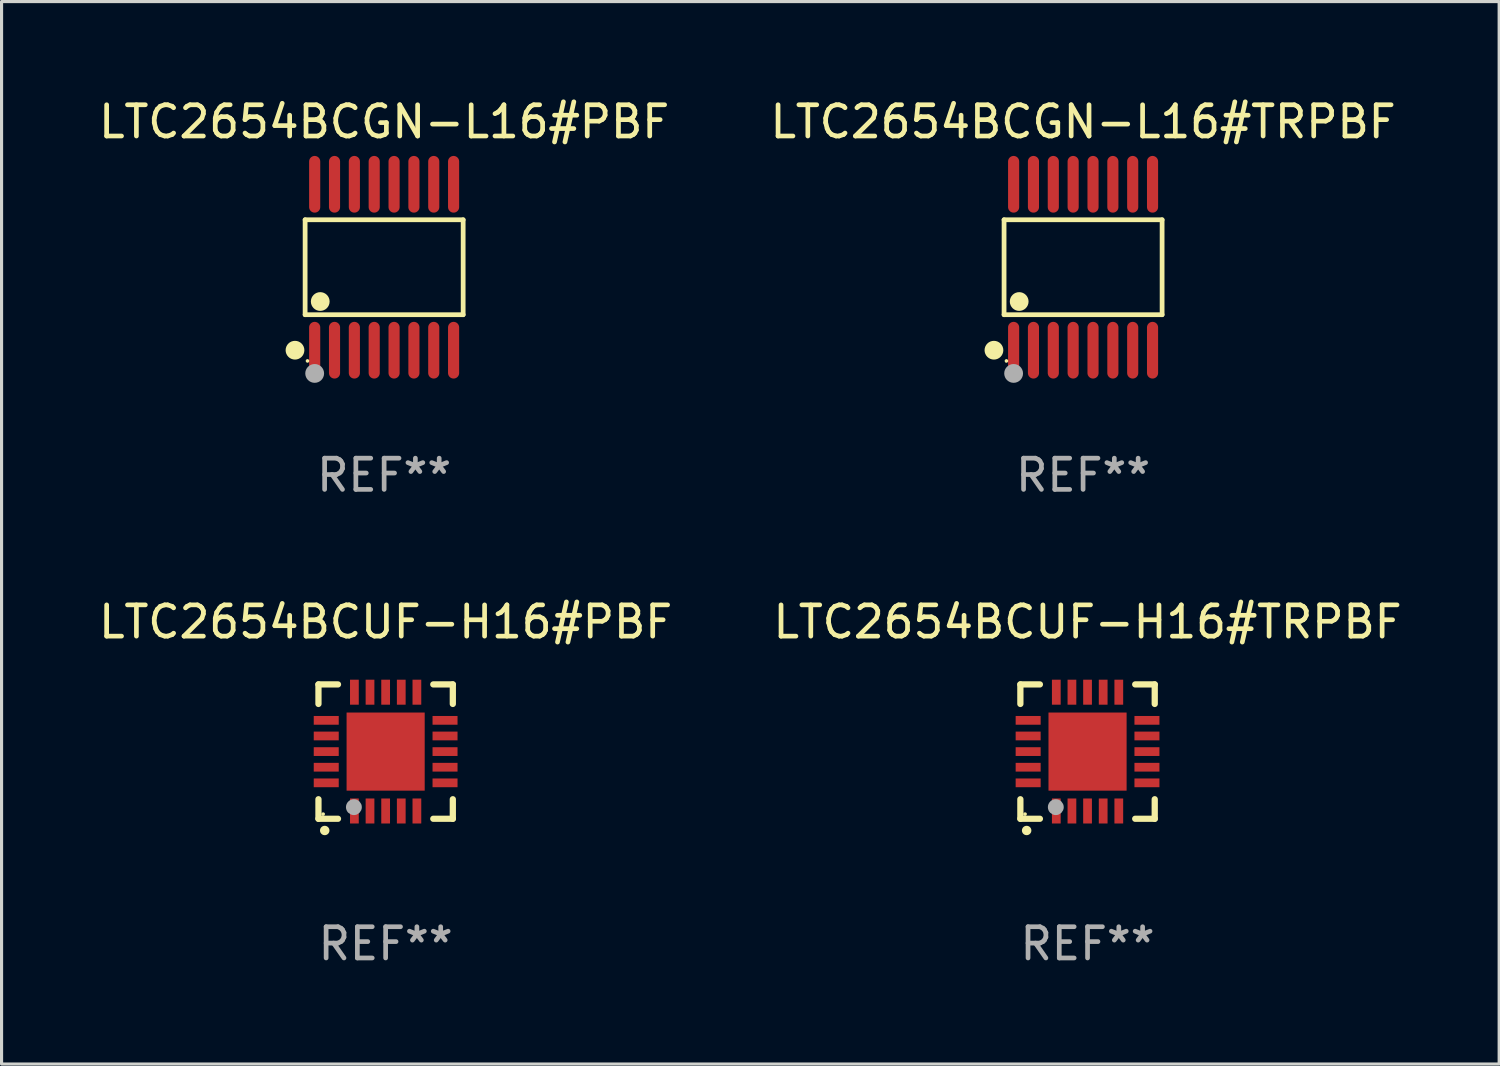
<source format=kicad_pcb>
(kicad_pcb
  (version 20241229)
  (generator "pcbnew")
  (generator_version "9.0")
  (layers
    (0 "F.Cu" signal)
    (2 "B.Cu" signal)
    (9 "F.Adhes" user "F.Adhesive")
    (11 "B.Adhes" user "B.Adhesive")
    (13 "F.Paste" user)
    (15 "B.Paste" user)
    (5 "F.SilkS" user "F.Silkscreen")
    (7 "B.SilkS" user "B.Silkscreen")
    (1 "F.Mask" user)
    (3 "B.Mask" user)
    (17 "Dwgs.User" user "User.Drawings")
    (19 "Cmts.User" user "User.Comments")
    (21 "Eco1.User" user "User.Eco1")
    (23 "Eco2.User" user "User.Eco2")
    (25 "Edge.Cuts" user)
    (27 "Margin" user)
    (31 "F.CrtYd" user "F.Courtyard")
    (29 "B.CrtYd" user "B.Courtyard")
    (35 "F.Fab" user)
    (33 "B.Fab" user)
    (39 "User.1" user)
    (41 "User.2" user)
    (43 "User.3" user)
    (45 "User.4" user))
  (footprint "LTC2654BCGN-L16#TRPBF"
    (layer "F.Cu")
    (at 31.613 5.503)
    (property "Reference" "LTC2654BCGN-L16#TRPBF" (at 0 -4.655 0) (layer "F.SilkS") (effects (font (size 1 1) (thickness 0.15))))
    (attr through_hole)
    (fp_line (start -2.529 -1.519) (end 2.529 -1.519) (stroke (width 0.152) (type solid)) (layer "F.SilkS"))
    (fp_line (start -2.529 1.519) (end -2.529 -1.519) (stroke (width 0.152) (type solid)) (layer "F.SilkS"))
    (fp_line (start 2.529 -1.519) (end 2.529 1.519) (stroke (width 0.152) (type solid)) (layer "F.SilkS"))
    (fp_line (start 2.529 1.519) (end -2.529 1.519) (stroke (width 0.152) (type solid)) (layer "F.SilkS"))
    (fp_circle (center -2.853 2.655) (end -2.703 2.655) (stroke (width 0.3) (type solid)) (fill no) (layer "F.SilkS"))
    (fp_circle (center -2.453 2.998) (end -2.423 2.998) (stroke (width 0.06) (type solid)) (fill no) (layer "F.SilkS"))
    (fp_circle (center -2.045 1.097) (end -1.895 1.097) (stroke (width 0.3) (type solid)) (fill no) (layer "F.SilkS"))
    (fp_circle (center -2.223 3.398) (end -2.072 3.398) (stroke (width 0.3) (type solid)) (fill no) (layer "F.Fab"))
    (fp_text user "REF**" (at 0 6.655 0) (layer "F.Fab") (effects (font (size 1 1) (thickness 0.15))))
    (pad "1" smd oval (at -2.223 2.655) (size 0.356 1.815) (layers "F.Cu" "F.Mask" "F.Paste"))
    (pad "2" smd oval (at -1.588 2.655) (size 0.356 1.815) (layers "F.Cu" "F.Mask" "F.Paste"))
    (pad "3" smd oval (at -0.953 2.655) (size 0.356 1.815) (layers "F.Cu" "F.Mask" "F.Paste"))
    (pad "4" smd oval (at -0.318 2.655) (size 0.356 1.815) (layers "F.Cu" "F.Mask" "F.Paste"))
    (pad "5" smd oval (at 0.318 2.655) (size 0.356 1.815) (layers "F.Cu" "F.Mask" "F.Paste"))
    (pad "6" smd oval (at 0.953 2.655) (size 0.356 1.815) (layers "F.Cu" "F.Mask" "F.Paste"))
    (pad "7" smd oval (at 1.588 2.655) (size 0.356 1.815) (layers "F.Cu" "F.Mask" "F.Paste"))
    (pad "8" smd oval (at 2.223 2.655) (size 0.356 1.815) (layers "F.Cu" "F.Mask" "F.Paste"))
    (pad "9" smd oval (at 2.223 -2.655) (size 0.356 1.815) (layers "F.Cu" "F.Mask" "F.Paste"))
    (pad "10" smd oval (at 1.588 -2.655) (size 0.356 1.815) (layers "F.Cu" "F.Mask" "F.Paste"))
    (pad "11" smd oval (at 0.953 -2.655) (size 0.356 1.815) (layers "F.Cu" "F.Mask" "F.Paste"))
    (pad "12" smd oval (at 0.318 -2.655) (size 0.356 1.815) (layers "F.Cu" "F.Mask" "F.Paste"))
    (pad "13" smd oval (at -0.318 -2.655) (size 0.356 1.815) (layers "F.Cu" "F.Mask" "F.Paste"))
    (pad "14" smd oval (at -0.953 -2.655) (size 0.356 1.815) (layers "F.Cu" "F.Mask" "F.Paste"))
    (pad "15" smd oval (at -1.588 -2.655) (size 0.356 1.815) (layers "F.Cu" "F.Mask" "F.Paste"))
    (pad "16" smd oval (at -2.223 -2.655) (size 0.356 1.815) (layers "F.Cu" "F.Mask" "F.Paste")))
  (footprint "LTC2654BCGN-L16#PBF"
    (layer "F.Cu")
    (at 9.244 5.503)
    (property "Reference" "LTC2654BCGN-L16#PBF" (at 0 -4.655 0) (layer "F.SilkS") (effects (font (size 1 1) (thickness 0.15))))
    (attr through_hole)
    (fp_line (start -2.529 -1.519) (end 2.529 -1.519) (stroke (width 0.152) (type solid)) (layer "F.SilkS"))
    (fp_line (start -2.529 1.519) (end -2.529 -1.519) (stroke (width 0.152) (type solid)) (layer "F.SilkS"))
    (fp_line (start 2.529 -1.519) (end 2.529 1.519) (stroke (width 0.152) (type solid)) (layer "F.SilkS"))
    (fp_line (start 2.529 1.519) (end -2.529 1.519) (stroke (width 0.152) (type solid)) (layer "F.SilkS"))
    (fp_circle (center -2.853 2.655) (end -2.703 2.655) (stroke (width 0.3) (type solid)) (fill no) (layer "F.SilkS"))
    (fp_circle (center -2.453 2.998) (end -2.423 2.998) (stroke (width 0.06) (type solid)) (fill no) (layer "F.SilkS"))
    (fp_circle (center -2.045 1.097) (end -1.895 1.097) (stroke (width 0.3) (type solid)) (fill no) (layer "F.SilkS"))
    (fp_circle (center -2.223 3.398) (end -2.072 3.398) (stroke (width 0.3) (type solid)) (fill no) (layer "F.Fab"))
    (fp_text user "REF**" (at 0 6.655 0) (layer "F.Fab") (effects (font (size 1 1) (thickness 0.15))))
    (pad "1" smd oval (at -2.223 2.655) (size 0.356 1.815) (layers "F.Cu" "F.Mask" "F.Paste"))
    (pad "2" smd oval (at -1.588 2.655) (size 0.356 1.815) (layers "F.Cu" "F.Mask" "F.Paste"))
    (pad "3" smd oval (at -0.953 2.655) (size 0.356 1.815) (layers "F.Cu" "F.Mask" "F.Paste"))
    (pad "4" smd oval (at -0.318 2.655) (size 0.356 1.815) (layers "F.Cu" "F.Mask" "F.Paste"))
    (pad "5" smd oval (at 0.318 2.655) (size 0.356 1.815) (layers "F.Cu" "F.Mask" "F.Paste"))
    (pad "6" smd oval (at 0.953 2.655) (size 0.356 1.815) (layers "F.Cu" "F.Mask" "F.Paste"))
    (pad "7" smd oval (at 1.588 2.655) (size 0.356 1.815) (layers "F.Cu" "F.Mask" "F.Paste"))
    (pad "8" smd oval (at 2.223 2.655) (size 0.356 1.815) (layers "F.Cu" "F.Mask" "F.Paste"))
    (pad "9" smd oval (at 2.223 -2.655) (size 0.356 1.815) (layers "F.Cu" "F.Mask" "F.Paste"))
    (pad "10" smd oval (at 1.588 -2.655) (size 0.356 1.815) (layers "F.Cu" "F.Mask" "F.Paste"))
    (pad "11" smd oval (at 0.953 -2.655) (size 0.356 1.815) (layers "F.Cu" "F.Mask" "F.Paste"))
    (pad "12" smd oval (at 0.318 -2.655) (size 0.356 1.815) (layers "F.Cu" "F.Mask" "F.Paste"))
    (pad "13" smd oval (at -0.318 -2.655) (size 0.356 1.815) (layers "F.Cu" "F.Mask" "F.Paste"))
    (pad "14" smd oval (at -0.953 -2.655) (size 0.356 1.815) (layers "F.Cu" "F.Mask" "F.Paste"))
    (pad "15" smd oval (at -1.588 -2.655) (size 0.356 1.815) (layers "F.Cu" "F.Mask" "F.Paste"))
    (pad "16" smd oval (at -2.223 -2.655) (size 0.356 1.815) (layers "F.Cu" "F.Mask" "F.Paste")))
  (footprint "LTC2654BCUF-H16#PBF"
    (layer "F.Cu")
    (at 9.292 21.004)
    (property "Reference" "LTC2654BCUF-H16#PBF" (at 0 -4.15 0) (layer "F.SilkS") (effects (font (size 1 1) (thickness 0.15))))
    (attr through_hole)
    (fp_line (start -2.15 -2.15) (end -2.15 -1.525) (stroke (width 0.2) (type solid)) (layer "F.SilkS"))
    (fp_line (start -2.15 2.15) (end -2.15 1.525) (stroke (width 0.2) (type solid)) (layer "F.SilkS"))
    (fp_line (start -1.525 -2.15) (end -2.15 -2.15) (stroke (width 0.2) (type solid)) (layer "F.SilkS"))
    (fp_line (start -1.525 2.15) (end -2.15 2.15) (stroke (width 0.2) (type solid)) (layer "F.SilkS"))
    (fp_line (start 1.525 2.15) (end 2.15 2.15) (stroke (width 0.2) (type solid)) (layer "F.SilkS"))
    (fp_line (start 2.15 -2.15) (end 1.525 -2.15) (stroke (width 0.2) (type solid)) (layer "F.SilkS"))
    (fp_line (start 2.15 -1.525) (end 2.15 -2.15) (stroke (width 0.2) (type solid)) (layer "F.SilkS"))
    (fp_line (start 2.15 2.15) (end 2.15 1.525) (stroke (width 0.2) (type solid)) (layer "F.SilkS"))
    (fp_arc (start -1.950724 2.524765) (mid -1.949454 2.52476) (end -1.948184 2.524765) (stroke (width 0.3) (type solid)) (layer "F.SilkS"))
    (fp_circle (center -2.001 2.001) (end -1.971 2.001) (stroke (width 0.06) (type solid)) (fill no) (layer "F.SilkS"))
    (fp_circle (center -1.016 1.778) (end -0.889 1.778) (stroke (width 0.254) (type solid)) (fill no) (layer "F.Fab"))
    (fp_text user "REF**" (at 0 6.15 0) (layer "F.Fab") (effects (font (size 1 1) (thickness 0.15))))
    (pad "1" smd rect (at -1 1.901) (size 0.28 0.8) (layers "F.Cu" "F.Mask" "F.Paste"))
    (pad "2" smd rect (at -0.5 1.901) (size 0.28 0.8) (layers "F.Cu" "F.Mask" "F.Paste"))
    (pad "3" smd rect (at 0 1.901) (size 0.28 0.8) (layers "F.Cu" "F.Mask" "F.Paste"))
    (pad "4" smd rect (at 0.5 1.901) (size 0.28 0.8) (layers "F.Cu" "F.Mask" "F.Paste"))
    (pad "5" smd rect (at 1 1.901) (size 0.28 0.8) (layers "F.Cu" "F.Mask" "F.Paste"))
    (pad "6" smd rect (at 1.901 1) (size 0.8 0.28) (layers "F.Cu" "F.Mask" "F.Paste"))
    (pad "7" smd rect (at 1.901 0.5) (size 0.8 0.28) (layers "F.Cu" "F.Mask" "F.Paste"))
    (pad "8" smd rect (at 1.901 0) (size 0.8 0.28) (layers "F.Cu" "F.Mask" "F.Paste"))
    (pad "9" smd rect (at 1.901 -0.5) (size 0.8 0.28) (layers "F.Cu" "F.Mask" "F.Paste"))
    (pad "10" smd rect (at 1.901 -1) (size 0.8 0.28) (layers "F.Cu" "F.Mask" "F.Paste"))
    (pad "11" smd rect (at 1 -1.901) (size 0.28 0.8) (layers "F.Cu" "F.Mask" "F.Paste"))
    (pad "12" smd rect (at 0.5 -1.901) (size 0.28 0.8) (layers "F.Cu" "F.Mask" "F.Paste"))
    (pad "13" smd rect (at 0 -1.901) (size 0.28 0.8) (layers "F.Cu" "F.Mask" "F.Paste"))
    (pad "14" smd rect (at -0.5 -1.901) (size 0.28 0.8) (layers "F.Cu" "F.Mask" "F.Paste"))
    (pad "15" smd rect (at -1 -1.901) (size 0.28 0.8) (layers "F.Cu" "F.Mask" "F.Paste"))
    (pad "16" smd rect (at -1.901 -1) (size 0.8 0.28) (layers "F.Cu" "F.Mask" "F.Paste"))
    (pad "17" smd rect (at -1.901 -0.5) (size 0.8 0.28) (layers "F.Cu" "F.Mask" "F.Paste"))
    (pad "18" smd rect (at -1.901 0) (size 0.8 0.28) (layers "F.Cu" "F.Mask" "F.Paste"))
    (pad "19" smd rect (at -1.901 0.5) (size 0.8 0.28) (layers "F.Cu" "F.Mask" "F.Paste"))
    (pad "20" smd rect (at -1.901 1) (size 0.8 0.28) (layers "F.Cu" "F.Mask" "F.Paste"))
    (pad "21" smd rect (at 0 0) (size 2.5 2.5) (layers "F.Cu" "F.Mask" "F.Paste")))
  (footprint "LTC2654BCUF-H16#TRPBF"
    (layer "F.Cu")
    (at 31.756 21.004)
    (property "Reference" "LTC2654BCUF-H16#TRPBF" (at 0 -4.15 0) (layer "F.SilkS") (effects (font (size 1 1) (thickness 0.15))))
    (attr through_hole)
    (fp_line (start -2.15 -2.15) (end -2.15 -1.525) (stroke (width 0.2) (type solid)) (layer "F.SilkS"))
    (fp_line (start -2.15 2.15) (end -2.15 1.525) (stroke (width 0.2) (type solid)) (layer "F.SilkS"))
    (fp_line (start -1.525 -2.15) (end -2.15 -2.15) (stroke (width 0.2) (type solid)) (layer "F.SilkS"))
    (fp_line (start -1.525 2.15) (end -2.15 2.15) (stroke (width 0.2) (type solid)) (layer "F.SilkS"))
    (fp_line (start 1.525 2.15) (end 2.15 2.15) (stroke (width 0.2) (type solid)) (layer "F.SilkS"))
    (fp_line (start 2.15 -2.15) (end 1.525 -2.15) (stroke (width 0.2) (type solid)) (layer "F.SilkS"))
    (fp_line (start 2.15 -1.525) (end 2.15 -2.15) (stroke (width 0.2) (type solid)) (layer "F.SilkS"))
    (fp_line (start 2.15 2.15) (end 2.15 1.525) (stroke (width 0.2) (type solid)) (layer "F.SilkS"))
    (fp_arc (start -1.950724 2.524765) (mid -1.949454 2.52476) (end -1.948184 2.524765) (stroke (width 0.3) (type solid)) (layer "F.SilkS"))
    (fp_circle (center -2.001 2.001) (end -1.971 2.001) (stroke (width 0.06) (type solid)) (fill no) (layer "F.SilkS"))
    (fp_circle (center -1.016 1.778) (end -0.889 1.778) (stroke (width 0.254) (type solid)) (fill no) (layer "F.Fab"))
    (fp_text user "REF**" (at 0 6.15 0) (layer "F.Fab") (effects (font (size 1 1) (thickness 0.15))))
    (pad "1" smd rect (at -1 1.901) (size 0.28 0.8) (layers "F.Cu" "F.Mask" "F.Paste"))
    (pad "2" smd rect (at -0.5 1.901) (size 0.28 0.8) (layers "F.Cu" "F.Mask" "F.Paste"))
    (pad "3" smd rect (at 0 1.901) (size 0.28 0.8) (layers "F.Cu" "F.Mask" "F.Paste"))
    (pad "4" smd rect (at 0.5 1.901) (size 0.28 0.8) (layers "F.Cu" "F.Mask" "F.Paste"))
    (pad "5" smd rect (at 1 1.901) (size 0.28 0.8) (layers "F.Cu" "F.Mask" "F.Paste"))
    (pad "6" smd rect (at 1.901 1) (size 0.8 0.28) (layers "F.Cu" "F.Mask" "F.Paste"))
    (pad "7" smd rect (at 1.901 0.5) (size 0.8 0.28) (layers "F.Cu" "F.Mask" "F.Paste"))
    (pad "8" smd rect (at 1.901 0) (size 0.8 0.28) (layers "F.Cu" "F.Mask" "F.Paste"))
    (pad "9" smd rect (at 1.901 -0.5) (size 0.8 0.28) (layers "F.Cu" "F.Mask" "F.Paste"))
    (pad "10" smd rect (at 1.901 -1) (size 0.8 0.28) (layers "F.Cu" "F.Mask" "F.Paste"))
    (pad "11" smd rect (at 1 -1.901) (size 0.28 0.8) (layers "F.Cu" "F.Mask" "F.Paste"))
    (pad "12" smd rect (at 0.5 -1.901) (size 0.28 0.8) (layers "F.Cu" "F.Mask" "F.Paste"))
    (pad "13" smd rect (at 0 -1.901) (size 0.28 0.8) (layers "F.Cu" "F.Mask" "F.Paste"))
    (pad "14" smd rect (at -0.5 -1.901) (size 0.28 0.8) (layers "F.Cu" "F.Mask" "F.Paste"))
    (pad "15" smd rect (at -1 -1.901) (size 0.28 0.8) (layers "F.Cu" "F.Mask" "F.Paste"))
    (pad "16" smd rect (at -1.901 -1) (size 0.8 0.28) (layers "F.Cu" "F.Mask" "F.Paste"))
    (pad "17" smd rect (at -1.901 -0.5) (size 0.8 0.28) (layers "F.Cu" "F.Mask" "F.Paste"))
    (pad "18" smd rect (at -1.901 0) (size 0.8 0.28) (layers "F.Cu" "F.Mask" "F.Paste"))
    (pad "19" smd rect (at -1.901 0.5) (size 0.8 0.28) (layers "F.Cu" "F.Mask" "F.Paste"))
    (pad "20" smd rect (at -1.901 1) (size 0.8 0.28) (layers "F.Cu" "F.Mask" "F.Paste"))
    (pad "21" smd rect (at 0 0) (size 2.5 2.5) (layers "F.Cu" "F.Mask" "F.Paste")))
  (gr_rect
    (start -3 -3)
    (end 44.929 31.003)
    (stroke (width 0.1) (type default))
    (fill no)
    (layer "Edge.Cuts")))
</source>
